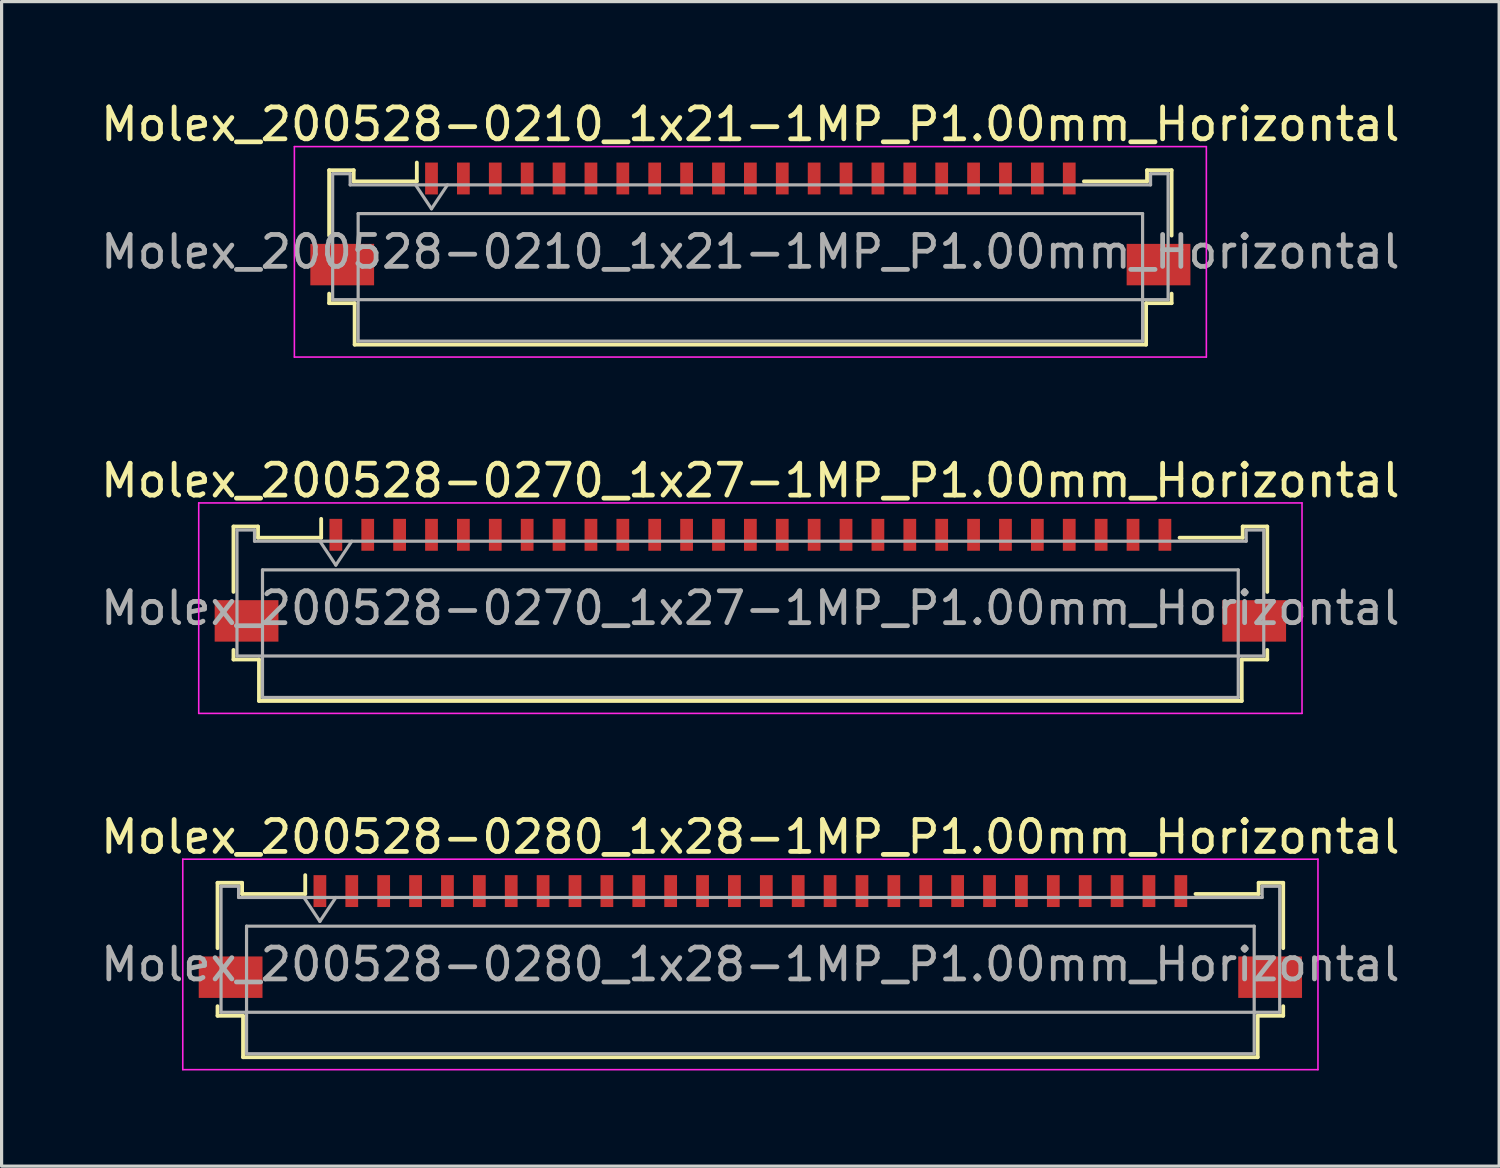
<source format=kicad_pcb>
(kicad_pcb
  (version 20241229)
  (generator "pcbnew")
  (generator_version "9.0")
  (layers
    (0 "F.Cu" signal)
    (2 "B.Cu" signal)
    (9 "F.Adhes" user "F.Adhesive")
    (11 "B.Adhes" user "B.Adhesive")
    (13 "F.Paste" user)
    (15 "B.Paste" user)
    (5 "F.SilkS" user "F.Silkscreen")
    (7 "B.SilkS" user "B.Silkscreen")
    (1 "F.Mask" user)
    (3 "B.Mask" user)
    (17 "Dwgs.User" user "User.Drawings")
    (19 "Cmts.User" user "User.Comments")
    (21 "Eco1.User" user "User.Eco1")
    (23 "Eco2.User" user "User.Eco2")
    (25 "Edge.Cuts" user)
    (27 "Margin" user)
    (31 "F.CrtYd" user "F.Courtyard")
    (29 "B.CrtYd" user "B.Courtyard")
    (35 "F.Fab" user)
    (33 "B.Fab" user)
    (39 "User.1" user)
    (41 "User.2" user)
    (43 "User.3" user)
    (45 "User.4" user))
  (footprint "Molex_200528-0210_1x21-1MP_P1.00mm_Horizontal"
    (layer "F.Cu")
    (at 20.482 3.458)
    (property "Reference" "Molex_200528-0210_1x21-1MP_P1.00mm_Horizontal" (at 0 -2.61 0) (layer "F.SilkS") (effects (font (size 1 1) (thickness 0.15))))
    (attr smd)
    (fp_line (start -13.21 -1.17) (end -13.21 0.88) (stroke (width 0.12) (type solid)) (layer "F.SilkS"))
    (fp_line (start -13.21 2.7) (end -13.21 3) (stroke (width 0.12) (type solid)) (layer "F.SilkS"))
    (fp_line (start -13.21 3) (end -12.41 3) (stroke (width 0.12) (type solid)) (layer "F.SilkS"))
    (fp_line (start -12.44 -1.17) (end -13.21 -1.17) (stroke (width 0.12) (type solid)) (layer "F.SilkS"))
    (fp_line (start -12.44 -0.82) (end -12.44 -1.17) (stroke (width 0.12) (type solid)) (layer "F.SilkS"))
    (fp_line (start -12.41 3) (end -12.41 4.3) (stroke (width 0.12) (type solid)) (layer "F.SilkS"))
    (fp_line (start -12.41 4.3) (end 12.41 4.3) (stroke (width 0.12) (type solid)) (layer "F.SilkS"))
    (fp_line (start -10.46 -1.41) (end -10.46 -0.82) (stroke (width 0.12) (type solid)) (layer "F.SilkS"))
    (fp_line (start -10.46 -0.82) (end -12.44 -0.82) (stroke (width 0.12) (type solid)) (layer "F.SilkS"))
    (fp_line (start 12.41 3) (end 13.21 3) (stroke (width 0.12) (type solid)) (layer "F.SilkS"))
    (fp_line (start 12.41 4.3) (end 12.41 3) (stroke (width 0.12) (type solid)) (layer "F.SilkS"))
    (fp_line (start 12.44 -1.17) (end 12.44 -0.82) (stroke (width 0.12) (type solid)) (layer "F.SilkS"))
    (fp_line (start 12.44 -0.82) (end 10.46 -0.82) (stroke (width 0.12) (type solid)) (layer "F.SilkS"))
    (fp_line (start 13.21 -1.17) (end 12.44 -1.17) (stroke (width 0.12) (type solid)) (layer "F.SilkS"))
    (fp_line (start 13.21 0.88) (end 13.21 -1.17) (stroke (width 0.12) (type solid)) (layer "F.SilkS"))
    (fp_line (start 13.21 3) (end 13.21 2.7) (stroke (width 0.12) (type solid)) (layer "F.SilkS"))
    (fp_line (start -14.3 -1.91) (end -14.3 4.69) (stroke (width 0.05) (type solid)) (layer "F.CrtYd"))
    (fp_line (start -14.3 4.69) (end 14.3 4.69) (stroke (width 0.05) (type solid)) (layer "F.CrtYd"))
    (fp_line (start 14.3 -1.91) (end -14.3 -1.91) (stroke (width 0.05) (type solid)) (layer "F.CrtYd"))
    (fp_line (start 14.3 4.69) (end 14.3 -1.91) (stroke (width 0.05) (type solid)) (layer "F.CrtYd"))
    (fp_line (start -13.1 -1.06) (end -13.1 2.89) (stroke (width 0.1) (type solid)) (layer "F.Fab"))
    (fp_line (start -13.1 2.89) (end 13.1 2.89) (stroke (width 0.1) (type solid)) (layer "F.Fab"))
    (fp_line (start -12.55 -1.06) (end -13.1 -1.06) (stroke (width 0.1) (type solid)) (layer "F.Fab"))
    (fp_line (start -12.55 -0.71) (end -12.55 -1.06) (stroke (width 0.1) (type solid)) (layer "F.Fab"))
    (fp_line (start -12.3 0.19) (end -12.3 4.19) (stroke (width 0.1) (type solid)) (layer "F.Fab"))
    (fp_line (start -12.3 4.19) (end 12.3 4.19) (stroke (width 0.1) (type solid)) (layer "F.Fab"))
    (fp_line (start -10.5 -0.71) (end -10 0.04) (stroke (width 0.1) (type solid)) (layer "F.Fab"))
    (fp_line (start -10 0.04) (end -9.5 -0.71) (stroke (width 0.1) (type solid)) (layer "F.Fab"))
    (fp_line (start 12.3 0.19) (end -12.3 0.19) (stroke (width 0.1) (type solid)) (layer "F.Fab"))
    (fp_line (start 12.3 4.19) (end 12.3 0.19) (stroke (width 0.1) (type solid)) (layer "F.Fab"))
    (fp_line (start 12.55 -1.06) (end 12.55 -0.71) (stroke (width 0.1) (type solid)) (layer "F.Fab"))
    (fp_line (start 12.55 -0.71) (end -12.55 -0.71) (stroke (width 0.1) (type solid)) (layer "F.Fab"))
    (fp_line (start 13.1 -1.06) (end 12.55 -1.06) (stroke (width 0.1) (type solid)) (layer "F.Fab"))
    (fp_line (start 13.1 2.89) (end 13.1 -1.06) (stroke (width 0.1) (type solid)) (layer "F.Fab"))
    (fp_text user "${REFERENCE}" (at 0 1.39 0) (layer "F.Fab") (effects (font (size 1 1) (thickness 0.15))))
    (pad "1" smd rect (at -10 -0.91) (size 0.4 1) (layers "F.Cu" "F.Mask" "F.Paste"))
    (pad "2" smd rect (at -9 -0.91) (size 0.4 1) (layers "F.Cu" "F.Mask" "F.Paste"))
    (pad "3" smd rect (at -8 -0.91) (size 0.4 1) (layers "F.Cu" "F.Mask" "F.Paste"))
    (pad "4" smd rect (at -7 -0.91) (size 0.4 1) (layers "F.Cu" "F.Mask" "F.Paste"))
    (pad "5" smd rect (at -6 -0.91) (size 0.4 1) (layers "F.Cu" "F.Mask" "F.Paste"))
    (pad "6" smd rect (at -5 -0.91) (size 0.4 1) (layers "F.Cu" "F.Mask" "F.Paste"))
    (pad "7" smd rect (at -4 -0.91) (size 0.4 1) (layers "F.Cu" "F.Mask" "F.Paste"))
    (pad "8" smd rect (at -3 -0.91) (size 0.4 1) (layers "F.Cu" "F.Mask" "F.Paste"))
    (pad "9" smd rect (at -2 -0.91) (size 0.4 1) (layers "F.Cu" "F.Mask" "F.Paste"))
    (pad "10" smd rect (at -1 -0.91) (size 0.4 1) (layers "F.Cu" "F.Mask" "F.Paste"))
    (pad "11" smd rect (at 0 -0.91) (size 0.4 1) (layers "F.Cu" "F.Mask" "F.Paste"))
    (pad "12" smd rect (at 1 -0.91) (size 0.4 1) (layers "F.Cu" "F.Mask" "F.Paste"))
    (pad "13" smd rect (at 2 -0.91) (size 0.4 1) (layers "F.Cu" "F.Mask" "F.Paste"))
    (pad "14" smd rect (at 3 -0.91) (size 0.4 1) (layers "F.Cu" "F.Mask" "F.Paste"))
    (pad "15" smd rect (at 4 -0.91) (size 0.4 1) (layers "F.Cu" "F.Mask" "F.Paste"))
    (pad "16" smd rect (at 5 -0.91) (size 0.4 1) (layers "F.Cu" "F.Mask" "F.Paste"))
    (pad "17" smd rect (at 6 -0.91) (size 0.4 1) (layers "F.Cu" "F.Mask" "F.Paste"))
    (pad "18" smd rect (at 7 -0.91) (size 0.4 1) (layers "F.Cu" "F.Mask" "F.Paste"))
    (pad "19" smd rect (at 8 -0.91) (size 0.4 1) (layers "F.Cu" "F.Mask" "F.Paste"))
    (pad "20" smd rect (at 9 -0.91) (size 0.4 1) (layers "F.Cu" "F.Mask" "F.Paste"))
    (pad "21" smd rect (at 10 -0.91) (size 0.4 1) (layers "F.Cu" "F.Mask" "F.Paste"))
    (pad "MP" smd rect (at -12.8 1.79) (size 2 1.3) (layers "F.Cu" "F.Mask" "F.Paste"))
    (pad "MP" smd rect (at 12.8 1.79) (size 2 1.3) (layers "F.Cu" "F.Mask" "F.Paste")))
  (footprint "Molex_200528-0280_1x28-1MP_P1.00mm_Horizontal"
    (layer "F.Cu")
    (at 20.482 25.805)
    (property "Reference" "Molex_200528-0280_1x28-1MP_P1.00mm_Horizontal" (at 0 -2.61 0) (layer "F.SilkS") (effects (font (size 1 1) (thickness 0.15))))
    (attr smd)
    (fp_line (start -16.71 -1.17) (end -16.71 0.88) (stroke (width 0.12) (type solid)) (layer "F.SilkS"))
    (fp_line (start -16.71 2.7) (end -16.71 3) (stroke (width 0.12) (type solid)) (layer "F.SilkS"))
    (fp_line (start -16.71 3) (end -15.91 3) (stroke (width 0.12) (type solid)) (layer "F.SilkS"))
    (fp_line (start -15.94 -1.17) (end -16.71 -1.17) (stroke (width 0.12) (type solid)) (layer "F.SilkS"))
    (fp_line (start -15.94 -0.82) (end -15.94 -1.17) (stroke (width 0.12) (type solid)) (layer "F.SilkS"))
    (fp_line (start -15.91 3) (end -15.91 4.3) (stroke (width 0.12) (type solid)) (layer "F.SilkS"))
    (fp_line (start -15.91 4.3) (end 15.91 4.3) (stroke (width 0.12) (type solid)) (layer "F.SilkS"))
    (fp_line (start -13.96 -1.41) (end -13.96 -0.82) (stroke (width 0.12) (type solid)) (layer "F.SilkS"))
    (fp_line (start -13.96 -0.82) (end -15.94 -0.82) (stroke (width 0.12) (type solid)) (layer "F.SilkS"))
    (fp_line (start 15.91 3) (end 16.71 3) (stroke (width 0.12) (type solid)) (layer "F.SilkS"))
    (fp_line (start 15.91 4.3) (end 15.91 3) (stroke (width 0.12) (type solid)) (layer "F.SilkS"))
    (fp_line (start 15.94 -1.17) (end 15.94 -0.82) (stroke (width 0.12) (type solid)) (layer "F.SilkS"))
    (fp_line (start 15.94 -0.82) (end 13.96 -0.82) (stroke (width 0.12) (type solid)) (layer "F.SilkS"))
    (fp_line (start 16.71 -1.17) (end 15.94 -1.17) (stroke (width 0.12) (type solid)) (layer "F.SilkS"))
    (fp_line (start 16.71 0.88) (end 16.71 -1.17) (stroke (width 0.12) (type solid)) (layer "F.SilkS"))
    (fp_line (start 16.71 3) (end 16.71 2.7) (stroke (width 0.12) (type solid)) (layer "F.SilkS"))
    (fp_line (start -17.8 -1.91) (end -17.8 4.69) (stroke (width 0.05) (type solid)) (layer "F.CrtYd"))
    (fp_line (start -17.8 4.69) (end 17.8 4.69) (stroke (width 0.05) (type solid)) (layer "F.CrtYd"))
    (fp_line (start 17.8 -1.91) (end -17.8 -1.91) (stroke (width 0.05) (type solid)) (layer "F.CrtYd"))
    (fp_line (start 17.8 4.69) (end 17.8 -1.91) (stroke (width 0.05) (type solid)) (layer "F.CrtYd"))
    (fp_line (start -16.6 -1.06) (end -16.6 2.89) (stroke (width 0.1) (type solid)) (layer "F.Fab"))
    (fp_line (start -16.6 2.89) (end 16.6 2.89) (stroke (width 0.1) (type solid)) (layer "F.Fab"))
    (fp_line (start -16.05 -1.06) (end -16.6 -1.06) (stroke (width 0.1) (type solid)) (layer "F.Fab"))
    (fp_line (start -16.05 -0.71) (end -16.05 -1.06) (stroke (width 0.1) (type solid)) (layer "F.Fab"))
    (fp_line (start -15.8 0.19) (end -15.8 4.19) (stroke (width 0.1) (type solid)) (layer "F.Fab"))
    (fp_line (start -15.8 4.19) (end 15.8 4.19) (stroke (width 0.1) (type solid)) (layer "F.Fab"))
    (fp_line (start -14 -0.71) (end -13.5 0.04) (stroke (width 0.1) (type solid)) (layer "F.Fab"))
    (fp_line (start -13.5 0.04) (end -13 -0.71) (stroke (width 0.1) (type solid)) (layer "F.Fab"))
    (fp_line (start 15.8 0.19) (end -15.8 0.19) (stroke (width 0.1) (type solid)) (layer "F.Fab"))
    (fp_line (start 15.8 4.19) (end 15.8 0.19) (stroke (width 0.1) (type solid)) (layer "F.Fab"))
    (fp_line (start 16.05 -1.06) (end 16.05 -0.71) (stroke (width 0.1) (type solid)) (layer "F.Fab"))
    (fp_line (start 16.05 -0.71) (end -16.05 -0.71) (stroke (width 0.1) (type solid)) (layer "F.Fab"))
    (fp_line (start 16.6 -1.06) (end 16.05 -1.06) (stroke (width 0.1) (type solid)) (layer "F.Fab"))
    (fp_line (start 16.6 2.89) (end 16.6 -1.06) (stroke (width 0.1) (type solid)) (layer "F.Fab"))
    (fp_text user "${REFERENCE}" (at 0 1.39 0) (layer "F.Fab") (effects (font (size 1 1) (thickness 0.15))))
    (pad "1" smd rect (at -13.5 -0.91) (size 0.4 1) (layers "F.Cu" "F.Mask" "F.Paste"))
    (pad "2" smd rect (at -12.5 -0.91) (size 0.4 1) (layers "F.Cu" "F.Mask" "F.Paste"))
    (pad "3" smd rect (at -11.5 -0.91) (size 0.4 1) (layers "F.Cu" "F.Mask" "F.Paste"))
    (pad "4" smd rect (at -10.5 -0.91) (size 0.4 1) (layers "F.Cu" "F.Mask" "F.Paste"))
    (pad "5" smd rect (at -9.5 -0.91) (size 0.4 1) (layers "F.Cu" "F.Mask" "F.Paste"))
    (pad "6" smd rect (at -8.5 -0.91) (size 0.4 1) (layers "F.Cu" "F.Mask" "F.Paste"))
    (pad "7" smd rect (at -7.5 -0.91) (size 0.4 1) (layers "F.Cu" "F.Mask" "F.Paste"))
    (pad "8" smd rect (at -6.5 -0.91) (size 0.4 1) (layers "F.Cu" "F.Mask" "F.Paste"))
    (pad "9" smd rect (at -5.5 -0.91) (size 0.4 1) (layers "F.Cu" "F.Mask" "F.Paste"))
    (pad "10" smd rect (at -4.5 -0.91) (size 0.4 1) (layers "F.Cu" "F.Mask" "F.Paste"))
    (pad "11" smd rect (at -3.5 -0.91) (size 0.4 1) (layers "F.Cu" "F.Mask" "F.Paste"))
    (pad "12" smd rect (at -2.5 -0.91) (size 0.4 1) (layers "F.Cu" "F.Mask" "F.Paste"))
    (pad "13" smd rect (at -1.5 -0.91) (size 0.4 1) (layers "F.Cu" "F.Mask" "F.Paste"))
    (pad "14" smd rect (at -0.5 -0.91) (size 0.4 1) (layers "F.Cu" "F.Mask" "F.Paste"))
    (pad "15" smd rect (at 0.5 -0.91) (size 0.4 1) (layers "F.Cu" "F.Mask" "F.Paste"))
    (pad "16" smd rect (at 1.5 -0.91) (size 0.4 1) (layers "F.Cu" "F.Mask" "F.Paste"))
    (pad "17" smd rect (at 2.5 -0.91) (size 0.4 1) (layers "F.Cu" "F.Mask" "F.Paste"))
    (pad "18" smd rect (at 3.5 -0.91) (size 0.4 1) (layers "F.Cu" "F.Mask" "F.Paste"))
    (pad "19" smd rect (at 4.5 -0.91) (size 0.4 1) (layers "F.Cu" "F.Mask" "F.Paste"))
    (pad "20" smd rect (at 5.5 -0.91) (size 0.4 1) (layers "F.Cu" "F.Mask" "F.Paste"))
    (pad "21" smd rect (at 6.5 -0.91) (size 0.4 1) (layers "F.Cu" "F.Mask" "F.Paste"))
    (pad "22" smd rect (at 7.5 -0.91) (size 0.4 1) (layers "F.Cu" "F.Mask" "F.Paste"))
    (pad "23" smd rect (at 8.5 -0.91) (size 0.4 1) (layers "F.Cu" "F.Mask" "F.Paste"))
    (pad "24" smd rect (at 9.5 -0.91) (size 0.4 1) (layers "F.Cu" "F.Mask" "F.Paste"))
    (pad "25" smd rect (at 10.5 -0.91) (size 0.4 1) (layers "F.Cu" "F.Mask" "F.Paste"))
    (pad "26" smd rect (at 11.5 -0.91) (size 0.4 1) (layers "F.Cu" "F.Mask" "F.Paste"))
    (pad "27" smd rect (at 12.5 -0.91) (size 0.4 1) (layers "F.Cu" "F.Mask" "F.Paste"))
    (pad "28" smd rect (at 13.5 -0.91) (size 0.4 1) (layers "F.Cu" "F.Mask" "F.Paste"))
    (pad "MP" smd rect (at -16.3 1.79) (size 2 1.3) (layers "F.Cu" "F.Mask" "F.Paste"))
    (pad "MP" smd rect (at 16.3 1.79) (size 2 1.3) (layers "F.Cu" "F.Mask" "F.Paste")))
  (footprint "Molex_200528-0270_1x27-1MP_P1.00mm_Horizontal"
    (layer "F.Cu")
    (at 20.482 14.632)
    (property "Reference" "Molex_200528-0270_1x27-1MP_P1.00mm_Horizontal" (at 0 -2.61 0) (layer "F.SilkS") (effects (font (size 1 1) (thickness 0.15))))
    (attr smd)
    (fp_line (start -16.21 -1.17) (end -16.21 0.88) (stroke (width 0.12) (type solid)) (layer "F.SilkS"))
    (fp_line (start -16.21 2.7) (end -16.21 3) (stroke (width 0.12) (type solid)) (layer "F.SilkS"))
    (fp_line (start -16.21 3) (end -15.41 3) (stroke (width 0.12) (type solid)) (layer "F.SilkS"))
    (fp_line (start -15.44 -1.17) (end -16.21 -1.17) (stroke (width 0.12) (type solid)) (layer "F.SilkS"))
    (fp_line (start -15.44 -0.82) (end -15.44 -1.17) (stroke (width 0.12) (type solid)) (layer "F.SilkS"))
    (fp_line (start -15.41 3) (end -15.41 4.3) (stroke (width 0.12) (type solid)) (layer "F.SilkS"))
    (fp_line (start -15.41 4.3) (end 15.41 4.3) (stroke (width 0.12) (type solid)) (layer "F.SilkS"))
    (fp_line (start -13.46 -1.41) (end -13.46 -0.82) (stroke (width 0.12) (type solid)) (layer "F.SilkS"))
    (fp_line (start -13.46 -0.82) (end -15.44 -0.82) (stroke (width 0.12) (type solid)) (layer "F.SilkS"))
    (fp_line (start 15.41 3) (end 16.21 3) (stroke (width 0.12) (type solid)) (layer "F.SilkS"))
    (fp_line (start 15.41 4.3) (end 15.41 3) (stroke (width 0.12) (type solid)) (layer "F.SilkS"))
    (fp_line (start 15.44 -1.17) (end 15.44 -0.82) (stroke (width 0.12) (type solid)) (layer "F.SilkS"))
    (fp_line (start 15.44 -0.82) (end 13.46 -0.82) (stroke (width 0.12) (type solid)) (layer "F.SilkS"))
    (fp_line (start 16.21 -1.17) (end 15.44 -1.17) (stroke (width 0.12) (type solid)) (layer "F.SilkS"))
    (fp_line (start 16.21 0.88) (end 16.21 -1.17) (stroke (width 0.12) (type solid)) (layer "F.SilkS"))
    (fp_line (start 16.21 3) (end 16.21 2.7) (stroke (width 0.12) (type solid)) (layer "F.SilkS"))
    (fp_line (start -17.3 -1.91) (end -17.3 4.69) (stroke (width 0.05) (type solid)) (layer "F.CrtYd"))
    (fp_line (start -17.3 4.69) (end 17.3 4.69) (stroke (width 0.05) (type solid)) (layer "F.CrtYd"))
    (fp_line (start 17.3 -1.91) (end -17.3 -1.91) (stroke (width 0.05) (type solid)) (layer "F.CrtYd"))
    (fp_line (start 17.3 4.69) (end 17.3 -1.91) (stroke (width 0.05) (type solid)) (layer "F.CrtYd"))
    (fp_line (start -16.1 -1.06) (end -16.1 2.89) (stroke (width 0.1) (type solid)) (layer "F.Fab"))
    (fp_line (start -16.1 2.89) (end 16.1 2.89) (stroke (width 0.1) (type solid)) (layer "F.Fab"))
    (fp_line (start -15.55 -1.06) (end -16.1 -1.06) (stroke (width 0.1) (type solid)) (layer "F.Fab"))
    (fp_line (start -15.55 -0.71) (end -15.55 -1.06) (stroke (width 0.1) (type solid)) (layer "F.Fab"))
    (fp_line (start -15.3 0.19) (end -15.3 4.19) (stroke (width 0.1) (type solid)) (layer "F.Fab"))
    (fp_line (start -15.3 4.19) (end 15.3 4.19) (stroke (width 0.1) (type solid)) (layer "F.Fab"))
    (fp_line (start -13.5 -0.71) (end -13 0.04) (stroke (width 0.1) (type solid)) (layer "F.Fab"))
    (fp_line (start -13 0.04) (end -12.5 -0.71) (stroke (width 0.1) (type solid)) (layer "F.Fab"))
    (fp_line (start 15.3 0.19) (end -15.3 0.19) (stroke (width 0.1) (type solid)) (layer "F.Fab"))
    (fp_line (start 15.3 4.19) (end 15.3 0.19) (stroke (width 0.1) (type solid)) (layer "F.Fab"))
    (fp_line (start 15.55 -1.06) (end 15.55 -0.71) (stroke (width 0.1) (type solid)) (layer "F.Fab"))
    (fp_line (start 15.55 -0.71) (end -15.55 -0.71) (stroke (width 0.1) (type solid)) (layer "F.Fab"))
    (fp_line (start 16.1 -1.06) (end 15.55 -1.06) (stroke (width 0.1) (type solid)) (layer "F.Fab"))
    (fp_line (start 16.1 2.89) (end 16.1 -1.06) (stroke (width 0.1) (type solid)) (layer "F.Fab"))
    (fp_text user "${REFERENCE}" (at 0 1.39 0) (layer "F.Fab") (effects (font (size 1 1) (thickness 0.15))))
    (pad "1" smd rect (at -13 -0.91) (size 0.4 1) (layers "F.Cu" "F.Mask" "F.Paste"))
    (pad "2" smd rect (at -12 -0.91) (size 0.4 1) (layers "F.Cu" "F.Mask" "F.Paste"))
    (pad "3" smd rect (at -11 -0.91) (size 0.4 1) (layers "F.Cu" "F.Mask" "F.Paste"))
    (pad "4" smd rect (at -10 -0.91) (size 0.4 1) (layers "F.Cu" "F.Mask" "F.Paste"))
    (pad "5" smd rect (at -9 -0.91) (size 0.4 1) (layers "F.Cu" "F.Mask" "F.Paste"))
    (pad "6" smd rect (at -8 -0.91) (size 0.4 1) (layers "F.Cu" "F.Mask" "F.Paste"))
    (pad "7" smd rect (at -7 -0.91) (size 0.4 1) (layers "F.Cu" "F.Mask" "F.Paste"))
    (pad "8" smd rect (at -6 -0.91) (size 0.4 1) (layers "F.Cu" "F.Mask" "F.Paste"))
    (pad "9" smd rect (at -5 -0.91) (size 0.4 1) (layers "F.Cu" "F.Mask" "F.Paste"))
    (pad "10" smd rect (at -4 -0.91) (size 0.4 1) (layers "F.Cu" "F.Mask" "F.Paste"))
    (pad "11" smd rect (at -3 -0.91) (size 0.4 1) (layers "F.Cu" "F.Mask" "F.Paste"))
    (pad "12" smd rect (at -2 -0.91) (size 0.4 1) (layers "F.Cu" "F.Mask" "F.Paste"))
    (pad "13" smd rect (at -1 -0.91) (size 0.4 1) (layers "F.Cu" "F.Mask" "F.Paste"))
    (pad "14" smd rect (at 0 -0.91) (size 0.4 1) (layers "F.Cu" "F.Mask" "F.Paste"))
    (pad "15" smd rect (at 1 -0.91) (size 0.4 1) (layers "F.Cu" "F.Mask" "F.Paste"))
    (pad "16" smd rect (at 2 -0.91) (size 0.4 1) (layers "F.Cu" "F.Mask" "F.Paste"))
    (pad "17" smd rect (at 3 -0.91) (size 0.4 1) (layers "F.Cu" "F.Mask" "F.Paste"))
    (pad "18" smd rect (at 4 -0.91) (size 0.4 1) (layers "F.Cu" "F.Mask" "F.Paste"))
    (pad "19" smd rect (at 5 -0.91) (size 0.4 1) (layers "F.Cu" "F.Mask" "F.Paste"))
    (pad "20" smd rect (at 6 -0.91) (size 0.4 1) (layers "F.Cu" "F.Mask" "F.Paste"))
    (pad "21" smd rect (at 7 -0.91) (size 0.4 1) (layers "F.Cu" "F.Mask" "F.Paste"))
    (pad "22" smd rect (at 8 -0.91) (size 0.4 1) (layers "F.Cu" "F.Mask" "F.Paste"))
    (pad "23" smd rect (at 9 -0.91) (size 0.4 1) (layers "F.Cu" "F.Mask" "F.Paste"))
    (pad "24" smd rect (at 10 -0.91) (size 0.4 1) (layers "F.Cu" "F.Mask" "F.Paste"))
    (pad "25" smd rect (at 11 -0.91) (size 0.4 1) (layers "F.Cu" "F.Mask" "F.Paste"))
    (pad "26" smd rect (at 12 -0.91) (size 0.4 1) (layers "F.Cu" "F.Mask" "F.Paste"))
    (pad "27" smd rect (at 13 -0.91) (size 0.4 1) (layers "F.Cu" "F.Mask" "F.Paste"))
    (pad "MP" smd rect (at -15.8 1.79) (size 2 1.3) (layers "F.Cu" "F.Mask" "F.Paste"))
    (pad "MP" smd rect (at 15.8 1.79) (size 2 1.3) (layers "F.Cu" "F.Mask" "F.Paste")))
  (gr_rect
    (start -3 -3)
    (end 43.964 33.52)
    (stroke (width 0.1) (type default))
    (fill no)
    (layer "Edge.Cuts")))
</source>
